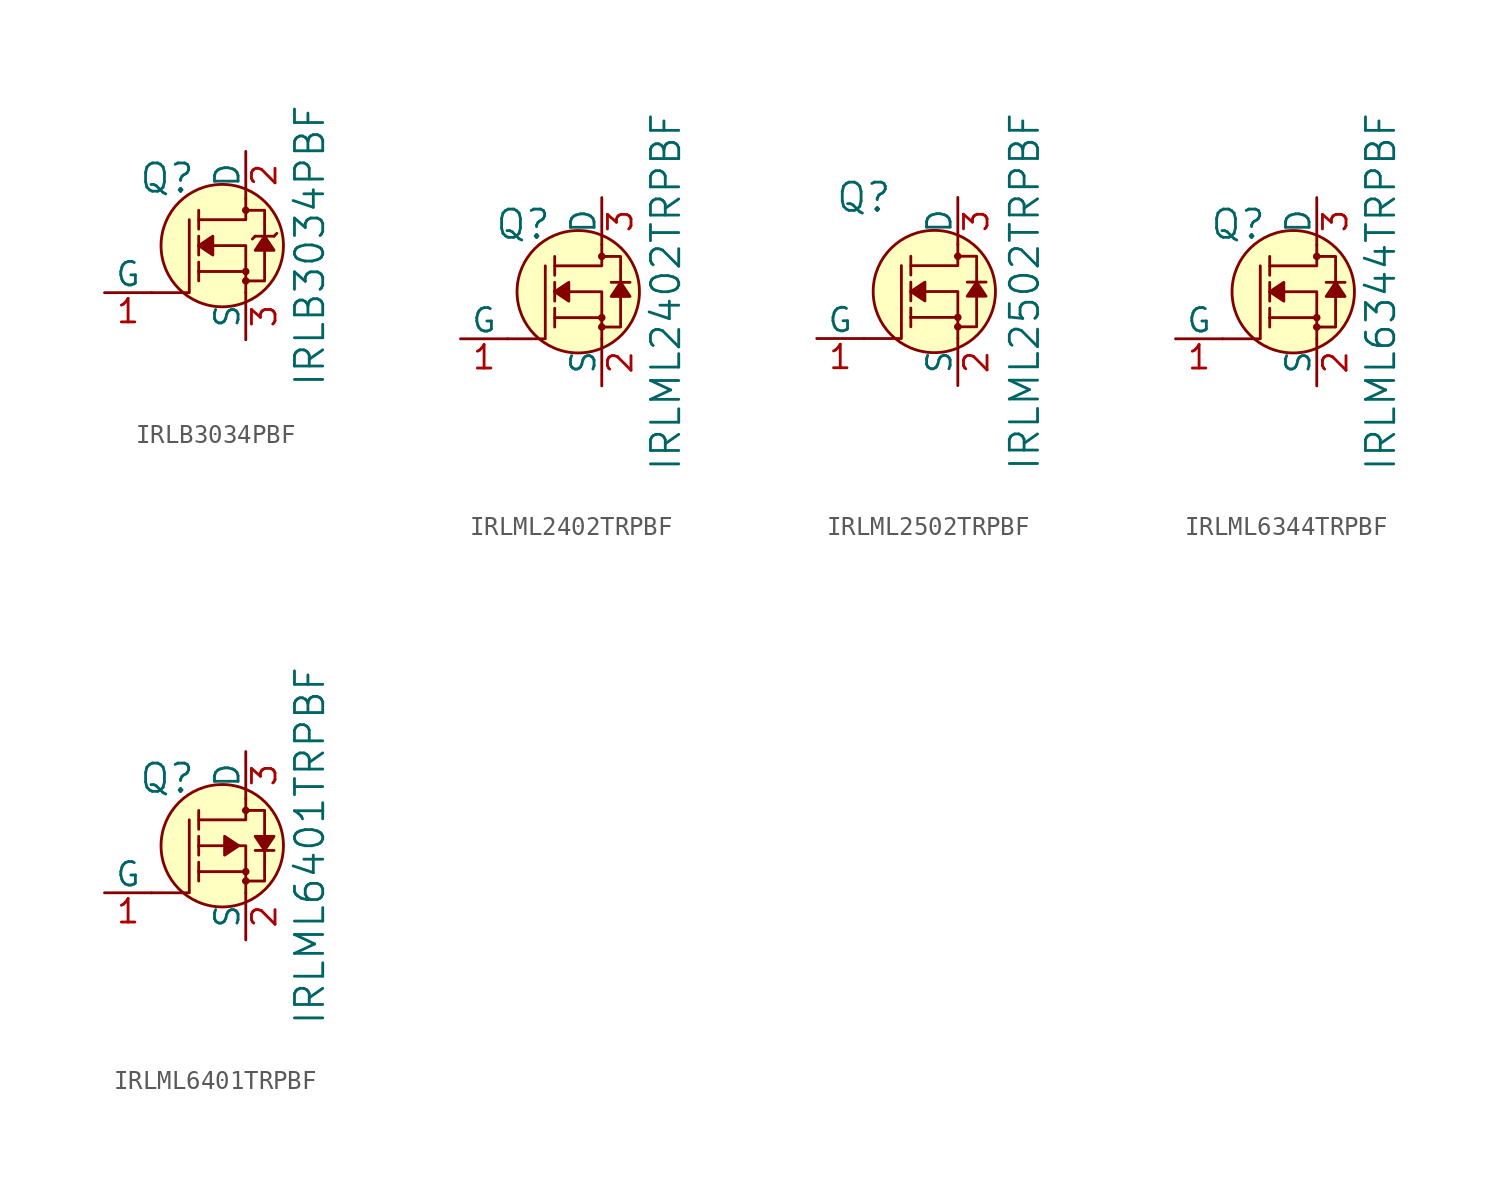
<source format=kicad_sym>
(kicad_symbol_lib
  (version 20231120)
  (generator "kicad_symbol_editor")
  (generator_version "8.0")
  (symbol "IRLB3034PBF"
    (pin_names
      (offset 0))
    (property "Reference" "Q"
      (at -2.692 3.632 0)
      (effects (font (size 1.524 1.524)) (justify right)))
    (property "Value" "IRLB3034PBF"
      (at 3.454 0 90)
      (effects (font (size 1.524 1.524))))
    (symbol "IRLB3034PBF_0_1"
      (circle (center -1.27 0) (radius 3.302) (stroke (width 0) (type default)) (fill (type background)))
      (circle (center 0 -1.905) (radius 0.127) (stroke (width 0) (type default)) (fill (type none)))
      (circle (center 0 -1.397) (radius 0.127) (stroke (width 0) (type default)) (fill (type none)))
      (polyline (pts (xy 0 -1.397) (xy -2.54 -1.397)) (stroke (width 0) (type default)) (fill (type none)))
      (polyline (pts (xy 0.508 0.508) (xy 0.356 0.356)) (stroke (width 0) (type default)) (fill (type none)))
      (polyline (pts (xy 1.524 0.508) (xy 1.676 0.66)) (stroke (width 0) (type default)) (fill (type none)))
      (polyline (pts (xy -5.08 -2.54) (xy -3.048 -2.54) (xy -3.048 1.397)) (stroke (width 0) (type default)) (fill (type none)))
      (polyline (pts (xy 0 -2.54) (xy 0 0) (xy -2.54 0)) (stroke (width 0) (type default)) (fill (type none)))
      (polyline (pts (xy 0 2.54) (xy 0 1.397) (xy -2.54 1.397)) (stroke (width 0) (type default)) (fill (type none)))
      (polyline (pts (xy -0.127 -1.905) (xy 1.016 -1.905) (xy 1.016 1.397) (xy 1.016 1.905) (xy -0.127 1.905)) (stroke (width 0) (type default)) (fill (type none)))
      (circle (center 0 1.905) (radius 0.127) (stroke (width 0) (type default)) (fill (type none))))
    (symbol "IRLB3034PBF_1_1"
      (polyline (pts (xy -2.54 -1.397) (xy -2.54 -1.905)) (stroke (width 0) (type default)) (fill (type none)))
      (polyline (pts (xy -2.54 -1.397) (xy -2.54 -0.889)) (stroke (width 0) (type default)) (fill (type none)))
      (polyline (pts (xy -2.54 0) (xy -2.54 -0.508)) (stroke (width 0) (type default)) (fill (type none)))
      (polyline (pts (xy -2.54 0) (xy -2.54 0.508)) (stroke (width 0) (type default)) (fill (type none)))
      (polyline (pts (xy -2.54 1.905) (xy -2.54 0.889)) (stroke (width 0) (type default)) (fill (type none)))
      (polyline (pts (xy 1.524 0.508) (xy 0.508 0.508)) (stroke (width 0) (type default)) (fill (type none)))
      (polyline (pts (xy -2.54 0) (xy -1.778 0.508) (xy -1.778 -0.508) (xy -2.54 0)) (stroke (width 0) (type default)) (fill (type outline)))
      (polyline (pts (xy 1.016 0.508) (xy 0.508 -0.254) (xy 1.524 -0.254) (xy 1.016 0.508)) (stroke (width 0) (type default)) (fill (type outline)))
      (pin bidirectional line (at -7.62 -2.54 0) (length 2.54) (name "G" (effects (font (size 1.27 1.27)))) (number "1" (effects (font (size 1.27 1.27)))))
      (pin bidirectional line (at 0 5.08 270) (length 2.54) (name "D" (effects (font (size 1.27 1.27)))) (number "2" (effects (font (size 1.27 1.27)))))
      (pin bidirectional line (at 0 -5.08 90) (length 2.54) (name "S" (effects (font (size 1.27 1.27)))) (number "3" (effects (font (size 1.27 1.27)))))))
  (symbol "IRLML2402TRPBF"
    (pin_names
      (offset 0))
    (property "Reference" "Q"
      (at -2.692 3.632 0)
      (effects (font (size 1.524 1.524)) (justify right)))
    (property "Value" "IRLML2402TRPBF"
      (at 3.454 0 90)
      (effects (font (size 1.524 1.524))))
    (symbol "IRLML2402TRPBF_0_1"
      (circle (center -1.27 0) (radius 3.302) (stroke (width 0) (type default)) (fill (type background)))
      (circle (center 0 -1.905) (radius 0.127) (stroke (width 0) (type default)) (fill (type none)))
      (circle (center 0 -1.397) (radius 0.127) (stroke (width 0) (type default)) (fill (type none)))
      (polyline (pts (xy 0 -1.397) (xy -2.54 -1.397)) (stroke (width 0) (type default)) (fill (type none)))
      (polyline (pts (xy -5.08 -2.54) (xy -3.048 -2.54) (xy -3.048 1.397)) (stroke (width 0) (type default)) (fill (type none)))
      (polyline (pts (xy 0 -2.54) (xy 0 0) (xy -2.54 0)) (stroke (width 0) (type default)) (fill (type none)))
      (polyline (pts (xy 0 2.54) (xy 0 1.397) (xy -2.54 1.397)) (stroke (width 0) (type default)) (fill (type none)))
      (polyline (pts (xy -0.127 -1.905) (xy 1.016 -1.905) (xy 1.016 1.397) (xy 1.016 1.905) (xy -0.127 1.905)) (stroke (width 0) (type default)) (fill (type none)))
      (circle (center 0 1.905) (radius 0.127) (stroke (width 0) (type default)) (fill (type none))))
    (symbol "IRLML2402TRPBF_1_1"
      (polyline (pts (xy -2.54 -1.397) (xy -2.54 -1.905)) (stroke (width 0) (type default)) (fill (type none)))
      (polyline (pts (xy -2.54 -1.397) (xy -2.54 -0.889)) (stroke (width 0) (type default)) (fill (type none)))
      (polyline (pts (xy -2.54 0) (xy -2.54 -0.508)) (stroke (width 0) (type default)) (fill (type none)))
      (polyline (pts (xy -2.54 0) (xy -2.54 0.508)) (stroke (width 0) (type default)) (fill (type none)))
      (polyline (pts (xy -2.54 1.905) (xy -2.54 0.889)) (stroke (width 0) (type default)) (fill (type none)))
      (polyline (pts (xy 1.524 0.508) (xy 0.508 0.508)) (stroke (width 0) (type default)) (fill (type none)))
      (polyline (pts (xy -2.54 0) (xy -1.778 0.508) (xy -1.778 -0.508) (xy -2.54 0)) (stroke (width 0) (type default)) (fill (type outline)))
      (polyline (pts (xy 1.016 0.508) (xy 0.508 -0.254) (xy 1.524 -0.254) (xy 1.016 0.508)) (stroke (width 0) (type default)) (fill (type outline)))
      (pin bidirectional line (at -7.62 -2.54 0) (length 2.54) (name "G" (effects (font (size 1.27 1.27)))) (number "1" (effects (font (size 1.27 1.27)))))
      (pin bidirectional line (at 0 -5.08 90) (length 2.54) (name "S" (effects (font (size 1.27 1.27)))) (number "2" (effects (font (size 1.27 1.27)))))
      (pin bidirectional line (at 0 5.08 270) (length 2.54) (name "D" (effects (font (size 1.27 1.27)))) (number "3" (effects (font (size 1.27 1.27)))))))
  (symbol "IRLML2502TRPBF"
    (pin_names
      (offset 0))
    (property "Reference" "Q"
      (at -5.08 5.08 0)
      (effects (font (size 1.524 1.524))))
    (property "Value" "IRLML2502TRPBF"
      (at 3.607 0 90)
      (effects (font (size 1.524 1.524))))
    (symbol "IRLML2502TRPBF_0_1"
      (circle (center -1.27 0) (radius 3.302) (stroke (width 0) (type default)) (fill (type background)))
      (circle (center 0 -1.905) (radius 0.127) (stroke (width 0) (type default)) (fill (type none)))
      (circle (center 0 -1.397) (radius 0.127) (stroke (width 0) (type default)) (fill (type none)))
      (polyline (pts (xy 0 -1.397) (xy -2.54 -1.397)) (stroke (width 0) (type default)) (fill (type none)))
      (polyline (pts (xy -5.08 -2.54) (xy -3.048 -2.54) (xy -3.048 1.397)) (stroke (width 0) (type default)) (fill (type none)))
      (polyline (pts (xy 0 -2.54) (xy 0 0) (xy -2.54 0)) (stroke (width 0) (type default)) (fill (type none)))
      (polyline (pts (xy 0 2.54) (xy 0 1.397) (xy -2.54 1.397)) (stroke (width 0) (type default)) (fill (type none)))
      (polyline (pts (xy -0.127 -1.905) (xy 1.016 -1.905) (xy 1.016 1.397) (xy 1.016 1.905) (xy -0.127 1.905)) (stroke (width 0) (type default)) (fill (type none)))
      (circle (center 0 1.905) (radius 0.127) (stroke (width 0) (type default)) (fill (type none))))
    (symbol "IRLML2502TRPBF_1_1"
      (polyline (pts (xy -2.54 -1.397) (xy -2.54 -1.905)) (stroke (width 0) (type default)) (fill (type none)))
      (polyline (pts (xy -2.54 -1.397) (xy -2.54 -0.889)) (stroke (width 0) (type default)) (fill (type none)))
      (polyline (pts (xy -2.54 0) (xy -2.54 -0.508)) (stroke (width 0) (type default)) (fill (type none)))
      (polyline (pts (xy -2.54 0) (xy -2.54 0.508)) (stroke (width 0) (type default)) (fill (type none)))
      (polyline (pts (xy -2.54 1.905) (xy -2.54 0.889)) (stroke (width 0) (type default)) (fill (type none)))
      (polyline (pts (xy 1.524 0.508) (xy 0.508 0.508)) (stroke (width 0) (type default)) (fill (type none)))
      (polyline (pts (xy -2.54 0) (xy -1.778 0.508) (xy -1.778 -0.508) (xy -2.54 0)) (stroke (width 0) (type default)) (fill (type outline)))
      (polyline (pts (xy 1.016 0.508) (xy 0.508 -0.254) (xy 1.524 -0.254) (xy 1.016 0.508)) (stroke (width 0) (type default)) (fill (type outline)))
      (pin bidirectional line (at -7.62 -2.54 0) (length 2.54) (name "G" (effects (font (size 1.27 1.27)))) (number "1" (effects (font (size 1.27 1.27)))))
      (pin bidirectional line (at 0 -5.08 90) (length 2.54) (name "S" (effects (font (size 1.27 1.27)))) (number "2" (effects (font (size 1.27 1.27)))))
      (pin bidirectional line (at 0 5.08 270) (length 2.54) (name "D" (effects (font (size 1.27 1.27)))) (number "3" (effects (font (size 1.27 1.27)))))))
  (symbol "IRLML6344TRPBF"
    (pin_names
      (offset 0))
    (property "Reference" "Q"
      (at -2.692 3.632 0)
      (effects (font (size 1.524 1.524)) (justify right)))
    (property "Value" "IRLML6344TRPBF"
      (at 3.454 0 90)
      (effects (font (size 1.524 1.524))))
    (symbol "IRLML6344TRPBF_0_1"
      (circle (center -1.27 0) (radius 3.302) (stroke (width 0) (type default)) (fill (type background)))
      (circle (center 0 -1.905) (radius 0.127) (stroke (width 0) (type default)) (fill (type none)))
      (circle (center 0 -1.397) (radius 0.127) (stroke (width 0) (type default)) (fill (type none)))
      (polyline (pts (xy 0 -1.397) (xy -2.54 -1.397)) (stroke (width 0) (type default)) (fill (type none)))
      (polyline (pts (xy -5.08 -2.54) (xy -3.048 -2.54) (xy -3.048 1.397)) (stroke (width 0) (type default)) (fill (type none)))
      (polyline (pts (xy 0 -2.54) (xy 0 0) (xy -2.54 0)) (stroke (width 0) (type default)) (fill (type none)))
      (polyline (pts (xy 0 2.54) (xy 0 1.397) (xy -2.54 1.397)) (stroke (width 0) (type default)) (fill (type none)))
      (polyline (pts (xy -0.127 -1.905) (xy 1.016 -1.905) (xy 1.016 1.397) (xy 1.016 1.905) (xy -0.127 1.905)) (stroke (width 0) (type default)) (fill (type none)))
      (circle (center 0 1.905) (radius 0.127) (stroke (width 0) (type default)) (fill (type none))))
    (symbol "IRLML6344TRPBF_1_1"
      (polyline (pts (xy -2.54 -1.397) (xy -2.54 -1.905)) (stroke (width 0) (type default)) (fill (type none)))
      (polyline (pts (xy -2.54 -1.397) (xy -2.54 -0.889)) (stroke (width 0) (type default)) (fill (type none)))
      (polyline (pts (xy -2.54 0) (xy -2.54 -0.508)) (stroke (width 0) (type default)) (fill (type none)))
      (polyline (pts (xy -2.54 0) (xy -2.54 0.508)) (stroke (width 0) (type default)) (fill (type none)))
      (polyline (pts (xy -2.54 1.905) (xy -2.54 0.889)) (stroke (width 0) (type default)) (fill (type none)))
      (polyline (pts (xy 1.524 0.508) (xy 0.508 0.508)) (stroke (width 0) (type default)) (fill (type none)))
      (polyline (pts (xy -2.54 0) (xy -1.778 0.508) (xy -1.778 -0.508) (xy -2.54 0)) (stroke (width 0) (type default)) (fill (type outline)))
      (polyline (pts (xy 1.016 0.508) (xy 0.508 -0.254) (xy 1.524 -0.254) (xy 1.016 0.508)) (stroke (width 0) (type default)) (fill (type outline)))
      (pin bidirectional line (at -7.62 -2.54 0) (length 2.54) (name "G" (effects (font (size 1.27 1.27)))) (number "1" (effects (font (size 1.27 1.27)))))
      (pin bidirectional line (at 0 -5.08 90) (length 2.54) (name "S" (effects (font (size 1.27 1.27)))) (number "2" (effects (font (size 1.27 1.27)))))
      (pin bidirectional line (at 0 5.08 270) (length 2.54) (name "D" (effects (font (size 1.27 1.27)))) (number "3" (effects (font (size 1.27 1.27)))))))
  (symbol "IRLML6401TRPBF"
    (pin_names
      (offset 0))
    (property "Reference" "Q"
      (at -2.692 3.632 0)
      (effects (font (size 1.524 1.524)) (justify right)))
    (property "Value" "IRLML6401TRPBF"
      (at 3.454 0 90)
      (effects (font (size 1.524 1.524))))
    (symbol "IRLML6401TRPBF_0_1"
      (circle (center -1.27 0) (radius 3.302) (stroke (width 0) (type default)) (fill (type background)))
      (circle (center 0 -1.905) (radius 0.127) (stroke (width 0) (type default)) (fill (type none)))
      (circle (center 0 -1.397) (radius 0.127) (stroke (width 0) (type default)) (fill (type none)))
      (polyline (pts (xy 0 -1.397) (xy -2.54 -1.397)) (stroke (width 0) (type default)) (fill (type none)))
      (polyline (pts (xy -5.08 -2.54) (xy -3.048 -2.54) (xy -3.048 1.397)) (stroke (width 0) (type default)) (fill (type none)))
      (polyline (pts (xy 0 -2.54) (xy 0 0) (xy -2.54 0)) (stroke (width 0) (type default)) (fill (type none)))
      (polyline (pts (xy 0 2.54) (xy 0 1.397) (xy -2.54 1.397)) (stroke (width 0) (type default)) (fill (type none)))
      (polyline (pts (xy -0.127 -1.905) (xy 1.016 -1.905) (xy 1.016 1.397) (xy 1.016 1.905) (xy -0.127 1.905)) (stroke (width 0) (type default)) (fill (type none)))
      (circle (center 0 1.905) (radius 0.127) (stroke (width 0) (type default)) (fill (type none))))
    (symbol "IRLML6401TRPBF_1_1"
      (polyline (pts (xy -2.54 -1.397) (xy -2.54 -1.905)) (stroke (width 0) (type default)) (fill (type none)))
      (polyline (pts (xy -2.54 -1.397) (xy -2.54 -0.889)) (stroke (width 0) (type default)) (fill (type none)))
      (polyline (pts (xy -2.54 0) (xy -2.54 -0.508)) (stroke (width 0) (type default)) (fill (type none)))
      (polyline (pts (xy -2.54 0) (xy -2.54 0.508)) (stroke (width 0) (type default)) (fill (type none)))
      (polyline (pts (xy -2.54 1.905) (xy -2.54 0.889)) (stroke (width 0) (type default)) (fill (type none)))
      (polyline (pts (xy 1.524 -0.254) (xy 0.508 -0.254)) (stroke (width 0) (type default)) (fill (type none)))
      (polyline (pts (xy -0.381 0) (xy -1.143 0.508) (xy -1.143 -0.508) (xy -0.381 0)) (stroke (width 0) (type default)) (fill (type outline)))
      (polyline (pts (xy 1.016 -0.254) (xy 1.524 0.508) (xy 0.508 0.508) (xy 1.016 -0.254)) (stroke (width 0) (type default)) (fill (type outline)))
      (pin bidirectional line (at -7.62 -2.54 0) (length 2.54) (name "G" (effects (font (size 1.27 1.27)))) (number "1" (effects (font (size 1.27 1.27)))))
      (pin bidirectional line (at 0 -5.08 90) (length 2.54) (name "S" (effects (font (size 1.27 1.27)))) (number "2" (effects (font (size 1.27 1.27)))))
      (pin bidirectional line (at 0 5.08 270) (length 2.54) (name "D" (effects (font (size 1.27 1.27)))) (number "3" (effects (font (size 1.27 1.27))))))))
</source>
